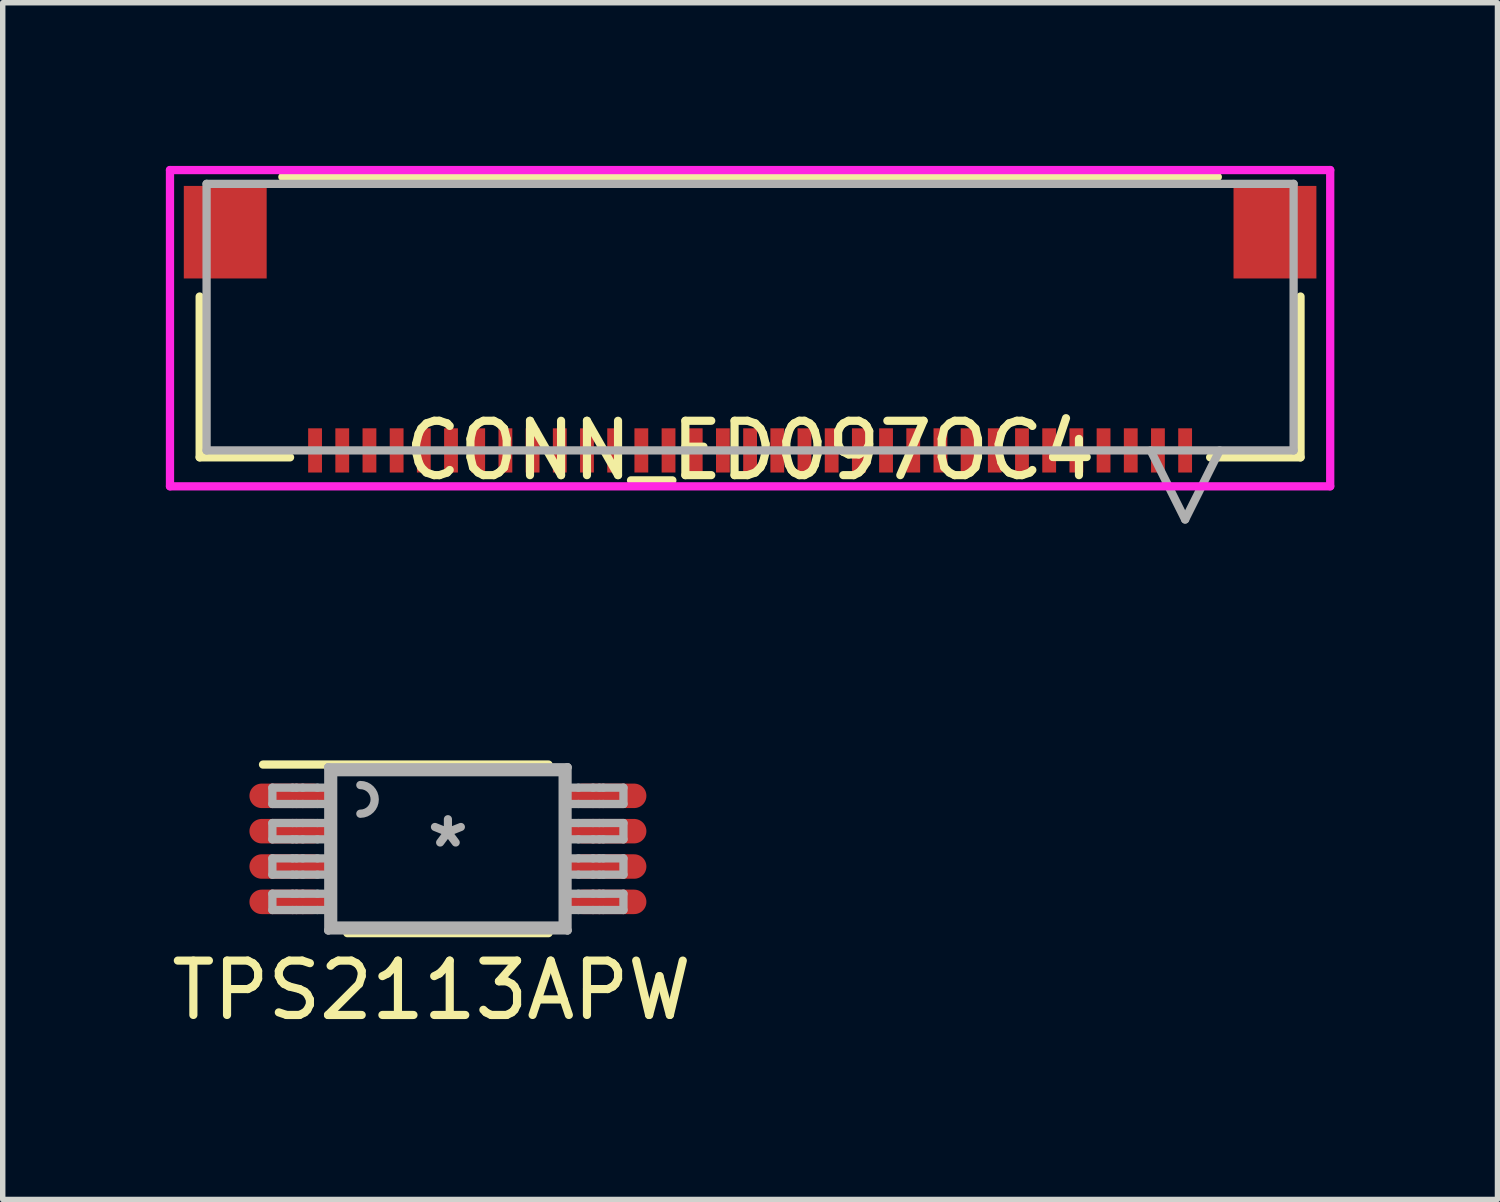
<source format=kicad_pcb>
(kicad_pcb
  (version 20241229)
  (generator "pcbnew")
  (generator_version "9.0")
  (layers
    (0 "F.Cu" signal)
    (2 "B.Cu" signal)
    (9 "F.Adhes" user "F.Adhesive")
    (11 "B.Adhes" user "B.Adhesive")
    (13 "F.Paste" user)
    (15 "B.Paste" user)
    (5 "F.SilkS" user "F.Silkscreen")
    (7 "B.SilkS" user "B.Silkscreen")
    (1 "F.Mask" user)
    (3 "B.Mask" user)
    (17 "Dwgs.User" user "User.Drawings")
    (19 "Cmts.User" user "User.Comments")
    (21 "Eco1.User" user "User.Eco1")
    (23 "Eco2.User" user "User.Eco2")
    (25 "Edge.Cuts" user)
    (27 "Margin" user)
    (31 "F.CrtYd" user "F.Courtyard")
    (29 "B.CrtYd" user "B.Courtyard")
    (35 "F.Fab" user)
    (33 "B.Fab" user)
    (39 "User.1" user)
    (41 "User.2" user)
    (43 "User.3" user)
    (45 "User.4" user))
  (footprint "TPS2113APW"
    (layer "F.Cu")
    (at 5.187 12.56)
    (property "Reference" "TPS2113APW" (at -0.3 2.6 0) (layer "F.SilkS") (effects (font (size 1 1) (thickness 0.15))))
    (attr through_hole)
    (fp_line (start -3.4 -1.55) (end 1.85 -1.55) (stroke (width 0.152) (type solid)) (layer "F.SilkS"))
    (fp_line (start -1.85 1.55) (end 1.85 1.55) (stroke (width 0.152) (type solid)) (layer "F.SilkS"))
    (fp_line (start -3.228 -1.125) (end -2.856 -1.125) (stroke (width 0.152) (type solid)) (layer "F.Fab"))
    (fp_line (start -3.228 -0.825) (end -3.228 -1.125) (stroke (width 0.152) (type solid)) (layer "F.Fab"))
    (fp_line (start -3.228 -0.825) (end -2.856 -0.825) (stroke (width 0.152) (type solid)) (layer "F.Fab"))
    (fp_line (start -3.228 -0.475) (end -2.856 -0.475) (stroke (width 0.152) (type solid)) (layer "F.Fab"))
    (fp_line (start -3.228 -0.175) (end -3.228 -0.475) (stroke (width 0.152) (type solid)) (layer "F.Fab"))
    (fp_line (start -3.228 -0.175) (end -2.856 -0.175) (stroke (width 0.152) (type solid)) (layer "F.Fab"))
    (fp_line (start -3.228 0.175) (end -2.856 0.175) (stroke (width 0.152) (type solid)) (layer "F.Fab"))
    (fp_line (start -3.228 0.475) (end -3.228 0.175) (stroke (width 0.152) (type solid)) (layer "F.Fab"))
    (fp_line (start -3.228 0.475) (end -2.856 0.475) (stroke (width 0.152) (type solid)) (layer "F.Fab"))
    (fp_line (start -3.228 0.825) (end -2.856 0.825) (stroke (width 0.152) (type solid)) (layer "F.Fab"))
    (fp_line (start -3.228 1.125) (end -3.228 0.825) (stroke (width 0.152) (type solid)) (layer "F.Fab"))
    (fp_line (start -3.228 1.125) (end -2.856 1.125) (stroke (width 0.152) (type solid)) (layer "F.Fab"))
    (fp_line (start -2.856 -1.125) (end -2.785 -1.125) (stroke (width 0.152) (type solid)) (layer "F.Fab"))
    (fp_line (start -2.856 -0.825) (end -2.785 -0.825) (stroke (width 0.152) (type solid)) (layer "F.Fab"))
    (fp_line (start -2.856 -0.475) (end -2.785 -0.475) (stroke (width 0.152) (type solid)) (layer "F.Fab"))
    (fp_line (start -2.856 -0.175) (end -2.785 -0.175) (stroke (width 0.152) (type solid)) (layer "F.Fab"))
    (fp_line (start -2.856 0.175) (end -2.785 0.175) (stroke (width 0.152) (type solid)) (layer "F.Fab"))
    (fp_line (start -2.856 0.475) (end -2.785 0.475) (stroke (width 0.152) (type solid)) (layer "F.Fab"))
    (fp_line (start -2.856 0.825) (end -2.785 0.825) (stroke (width 0.152) (type solid)) (layer "F.Fab"))
    (fp_line (start -2.856 1.125) (end -2.785 1.125) (stroke (width 0.152) (type solid)) (layer "F.Fab"))
    (fp_line (start -2.785 -1.125) (end -2.669 -1.125) (stroke (width 0.152) (type solid)) (layer "F.Fab"))
    (fp_line (start -2.785 -0.825) (end -2.669 -0.825) (stroke (width 0.152) (type solid)) (layer "F.Fab"))
    (fp_line (start -2.785 -0.475) (end -2.669 -0.475) (stroke (width 0.152) (type solid)) (layer "F.Fab"))
    (fp_line (start -2.785 -0.175) (end -2.669 -0.175) (stroke (width 0.152) (type solid)) (layer "F.Fab"))
    (fp_line (start -2.785 0.175) (end -2.669 0.175) (stroke (width 0.152) (type solid)) (layer "F.Fab"))
    (fp_line (start -2.785 0.475) (end -2.669 0.475) (stroke (width 0.152) (type solid)) (layer "F.Fab"))
    (fp_line (start -2.785 0.825) (end -2.669 0.825) (stroke (width 0.152) (type solid)) (layer "F.Fab"))
    (fp_line (start -2.785 1.125) (end -2.669 1.125) (stroke (width 0.152) (type solid)) (layer "F.Fab"))
    (fp_line (start -2.669 -1.125) (end -2.4 -1.125) (stroke (width 0.152) (type solid)) (layer "F.Fab"))
    (fp_line (start -2.669 -0.825) (end -2.4 -0.825) (stroke (width 0.152) (type solid)) (layer "F.Fab"))
    (fp_line (start -2.669 -0.475) (end -2.4 -0.475) (stroke (width 0.152) (type solid)) (layer "F.Fab"))
    (fp_line (start -2.669 -0.175) (end -2.4 -0.175) (stroke (width 0.152) (type solid)) (layer "F.Fab"))
    (fp_line (start -2.669 0.175) (end -2.4 0.175) (stroke (width 0.152) (type solid)) (layer "F.Fab"))
    (fp_line (start -2.669 0.475) (end -2.4 0.475) (stroke (width 0.152) (type solid)) (layer "F.Fab"))
    (fp_line (start -2.669 0.825) (end -2.4 0.825) (stroke (width 0.152) (type solid)) (layer "F.Fab"))
    (fp_line (start -2.669 1.125) (end -2.4 1.125) (stroke (width 0.152) (type solid)) (layer "F.Fab"))
    (fp_line (start -2.4 -1.125) (end -2.2 -1.125) (stroke (width 0.152) (type solid)) (layer "F.Fab"))
    (fp_line (start -2.4 -0.825) (end -2.2 -0.825) (stroke (width 0.152) (type solid)) (layer "F.Fab"))
    (fp_line (start -2.4 -0.475) (end -2.2 -0.475) (stroke (width 0.152) (type solid)) (layer "F.Fab"))
    (fp_line (start -2.4 -0.175) (end -2.2 -0.175) (stroke (width 0.152) (type solid)) (layer "F.Fab"))
    (fp_line (start -2.4 0.175) (end -2.2 0.175) (stroke (width 0.152) (type solid)) (layer "F.Fab"))
    (fp_line (start -2.4 0.475) (end -2.2 0.475) (stroke (width 0.152) (type solid)) (layer "F.Fab"))
    (fp_line (start -2.4 0.825) (end -2.2 0.825) (stroke (width 0.152) (type solid)) (layer "F.Fab"))
    (fp_line (start -2.4 1.125) (end -2.2 1.125) (stroke (width 0.152) (type solid)) (layer "F.Fab"))
    (fp_line (start -2.2 -1.5) (end -2.11 -1.41) (stroke (width 0.152) (type solid)) (layer "F.Fab"))
    (fp_line (start -2.2 -1.5) (end 2.2 -1.5) (stroke (width 0.152) (type solid)) (layer "F.Fab"))
    (fp_line (start -2.2 -1.125) (end -2.2 -1.5) (stroke (width 0.152) (type solid)) (layer "F.Fab"))
    (fp_line (start -2.2 -0.825) (end -2.2 -1.125) (stroke (width 0.152) (type solid)) (layer "F.Fab"))
    (fp_line (start -2.2 -0.475) (end -2.2 -0.825) (stroke (width 0.152) (type solid)) (layer "F.Fab"))
    (fp_line (start -2.2 -0.175) (end -2.2 -0.475) (stroke (width 0.152) (type solid)) (layer "F.Fab"))
    (fp_line (start -2.2 0.175) (end -2.2 -0.175) (stroke (width 0.152) (type solid)) (layer "F.Fab"))
    (fp_line (start -2.2 0.475) (end -2.2 0.175) (stroke (width 0.152) (type solid)) (layer "F.Fab"))
    (fp_line (start -2.2 0.825) (end -2.2 0.475) (stroke (width 0.152) (type solid)) (layer "F.Fab"))
    (fp_line (start -2.2 1.125) (end -2.2 0.825) (stroke (width 0.152) (type solid)) (layer "F.Fab"))
    (fp_line (start -2.2 1.5) (end -2.2 1.125) (stroke (width 0.152) (type solid)) (layer "F.Fab"))
    (fp_line (start -2.2 1.5) (end -2.11 1.41) (stroke (width 0.152) (type solid)) (layer "F.Fab"))
    (fp_line (start -2.2 1.5) (end 2.2 1.5) (stroke (width 0.152) (type solid)) (layer "F.Fab"))
    (fp_line (start -2.11 -1.41) (end 2.11 -1.41) (stroke (width 0.152) (type solid)) (layer "F.Fab"))
    (fp_line (start -2.11 1.41) (end -2.11 -1.41) (stroke (width 0.152) (type solid)) (layer "F.Fab"))
    (fp_line (start -2.11 1.41) (end 2.11 1.41) (stroke (width 0.152) (type solid)) (layer "F.Fab"))
    (fp_line (start 2.11 -1.41) (end 2.2 -1.5) (stroke (width 0.152) (type solid)) (layer "F.Fab"))
    (fp_line (start 2.11 1.41) (end 2.11 -1.41) (stroke (width 0.152) (type solid)) (layer "F.Fab"))
    (fp_line (start 2.11 1.41) (end 2.2 1.5) (stroke (width 0.152) (type solid)) (layer "F.Fab"))
    (fp_line (start 2.2 -1.125) (end 2.2 -1.5) (stroke (width 0.152) (type solid)) (layer "F.Fab"))
    (fp_line (start 2.2 -1.125) (end 2.4 -1.125) (stroke (width 0.152) (type solid)) (layer "F.Fab"))
    (fp_line (start 2.2 -0.825) (end 2.2 -1.125) (stroke (width 0.152) (type solid)) (layer "F.Fab"))
    (fp_line (start 2.2 -0.825) (end 2.4 -0.825) (stroke (width 0.152) (type solid)) (layer "F.Fab"))
    (fp_line (start 2.2 -0.475) (end 2.2 -0.825) (stroke (width 0.152) (type solid)) (layer "F.Fab"))
    (fp_line (start 2.2 -0.475) (end 2.4 -0.475) (stroke (width 0.152) (type solid)) (layer "F.Fab"))
    (fp_line (start 2.2 -0.175) (end 2.2 -0.475) (stroke (width 0.152) (type solid)) (layer "F.Fab"))
    (fp_line (start 2.2 -0.175) (end 2.4 -0.175) (stroke (width 0.152) (type solid)) (layer "F.Fab"))
    (fp_line (start 2.2 0.175) (end 2.2 -0.175) (stroke (width 0.152) (type solid)) (layer "F.Fab"))
    (fp_line (start 2.2 0.175) (end 2.4 0.175) (stroke (width 0.152) (type solid)) (layer "F.Fab"))
    (fp_line (start 2.2 0.475) (end 2.2 0.175) (stroke (width 0.152) (type solid)) (layer "F.Fab"))
    (fp_line (start 2.2 0.475) (end 2.4 0.475) (stroke (width 0.152) (type solid)) (layer "F.Fab"))
    (fp_line (start 2.2 0.825) (end 2.2 0.475) (stroke (width 0.152) (type solid)) (layer "F.Fab"))
    (fp_line (start 2.2 0.825) (end 2.4 0.825) (stroke (width 0.152) (type solid)) (layer "F.Fab"))
    (fp_line (start 2.2 1.125) (end 2.2 0.825) (stroke (width 0.152) (type solid)) (layer "F.Fab"))
    (fp_line (start 2.2 1.125) (end 2.4 1.125) (stroke (width 0.152) (type solid)) (layer "F.Fab"))
    (fp_line (start 2.2 1.5) (end 2.2 1.125) (stroke (width 0.152) (type solid)) (layer "F.Fab"))
    (fp_line (start 2.4 -1.125) (end 2.669 -1.125) (stroke (width 0.152) (type solid)) (layer "F.Fab"))
    (fp_line (start 2.4 -0.825) (end 2.669 -0.825) (stroke (width 0.152) (type solid)) (layer "F.Fab"))
    (fp_line (start 2.4 -0.475) (end 2.669 -0.475) (stroke (width 0.152) (type solid)) (layer "F.Fab"))
    (fp_line (start 2.4 -0.175) (end 2.669 -0.175) (stroke (width 0.152) (type solid)) (layer "F.Fab"))
    (fp_line (start 2.4 0.175) (end 2.669 0.175) (stroke (width 0.152) (type solid)) (layer "F.Fab"))
    (fp_line (start 2.4 0.475) (end 2.669 0.475) (stroke (width 0.152) (type solid)) (layer "F.Fab"))
    (fp_line (start 2.4 0.825) (end 2.669 0.825) (stroke (width 0.152) (type solid)) (layer "F.Fab"))
    (fp_line (start 2.4 1.125) (end 2.669 1.125) (stroke (width 0.152) (type solid)) (layer "F.Fab"))
    (fp_line (start 2.669 -1.125) (end 2.785 -1.125) (stroke (width 0.152) (type solid)) (layer "F.Fab"))
    (fp_line (start 2.669 -0.825) (end 2.785 -0.825) (stroke (width 0.152) (type solid)) (layer "F.Fab"))
    (fp_line (start 2.669 -0.475) (end 2.785 -0.475) (stroke (width 0.152) (type solid)) (layer "F.Fab"))
    (fp_line (start 2.669 -0.175) (end 2.785 -0.175) (stroke (width 0.152) (type solid)) (layer "F.Fab"))
    (fp_line (start 2.669 0.175) (end 2.785 0.175) (stroke (width 0.152) (type solid)) (layer "F.Fab"))
    (fp_line (start 2.669 0.475) (end 2.785 0.475) (stroke (width 0.152) (type solid)) (layer "F.Fab"))
    (fp_line (start 2.669 0.825) (end 2.785 0.825) (stroke (width 0.152) (type solid)) (layer "F.Fab"))
    (fp_line (start 2.669 1.125) (end 2.785 1.125) (stroke (width 0.152) (type solid)) (layer "F.Fab"))
    (fp_line (start 2.785 -1.125) (end 2.856 -1.125) (stroke (width 0.152) (type solid)) (layer "F.Fab"))
    (fp_line (start 2.785 -0.825) (end 2.856 -0.825) (stroke (width 0.152) (type solid)) (layer "F.Fab"))
    (fp_line (start 2.785 -0.475) (end 2.856 -0.475) (stroke (width 0.152) (type solid)) (layer "F.Fab"))
    (fp_line (start 2.785 -0.175) (end 2.856 -0.175) (stroke (width 0.152) (type solid)) (layer "F.Fab"))
    (fp_line (start 2.785 0.175) (end 2.856 0.175) (stroke (width 0.152) (type solid)) (layer "F.Fab"))
    (fp_line (start 2.785 0.475) (end 2.856 0.475) (stroke (width 0.152) (type solid)) (layer "F.Fab"))
    (fp_line (start 2.785 0.825) (end 2.856 0.825) (stroke (width 0.152) (type solid)) (layer "F.Fab"))
    (fp_line (start 2.785 1.125) (end 2.856 1.125) (stroke (width 0.152) (type solid)) (layer "F.Fab"))
    (fp_line (start 2.856 -1.125) (end 3.228 -1.125) (stroke (width 0.152) (type solid)) (layer "F.Fab"))
    (fp_line (start 2.856 -0.825) (end 3.228 -0.825) (stroke (width 0.152) (type solid)) (layer "F.Fab"))
    (fp_line (start 2.856 -0.475) (end 3.228 -0.475) (stroke (width 0.152) (type solid)) (layer "F.Fab"))
    (fp_line (start 2.856 -0.175) (end 3.228 -0.175) (stroke (width 0.152) (type solid)) (layer "F.Fab"))
    (fp_line (start 2.856 0.175) (end 3.228 0.175) (stroke (width 0.152) (type solid)) (layer "F.Fab"))
    (fp_line (start 2.856 0.475) (end 3.228 0.475) (stroke (width 0.152) (type solid)) (layer "F.Fab"))
    (fp_line (start 2.856 0.825) (end 3.228 0.825) (stroke (width 0.152) (type solid)) (layer "F.Fab"))
    (fp_line (start 2.856 1.125) (end 3.228 1.125) (stroke (width 0.152) (type solid)) (layer "F.Fab"))
    (fp_line (start 3.228 -0.825) (end 3.228 -1.125) (stroke (width 0.152) (type solid)) (layer "F.Fab"))
    (fp_line (start 3.228 -0.175) (end 3.228 -0.475) (stroke (width 0.152) (type solid)) (layer "F.Fab"))
    (fp_line (start 3.228 0.475) (end 3.228 0.175) (stroke (width 0.152) (type solid)) (layer "F.Fab"))
    (fp_line (start 3.228 1.125) (end 3.228 0.825) (stroke (width 0.152) (type solid)) (layer "F.Fab"))
    (fp_arc (start -1.609654 -1.173203) (mid -1.346116 -0.909665) (end -1.609654 -0.646127) (stroke (width 0.1524) (type solid)) (layer "F.Fab"))
    (fp_text user "*" (at 0 0 0) (layer "F.Fab") (effects (font (size 1 1) (thickness 0.15))))
    (pad "1" smd oval (at -2.95 -0.975 90) (size 0.45 1.4) (layers "F.Cu" "F.Mask" "F.Paste"))
    (pad "2" smd oval (at -2.95 -0.325 90) (size 0.45 1.4) (layers "F.Cu" "F.Mask" "F.Paste"))
    (pad "3" smd oval (at -2.95 0.325 90) (size 0.45 1.4) (layers "F.Cu" "F.Mask" "F.Paste"))
    (pad "4" smd oval (at -2.95 0.975 90) (size 0.45 1.4) (layers "F.Cu" "F.Mask" "F.Paste"))
    (pad "5" smd oval (at 2.95 0.975 90) (size 0.45 1.4) (layers "F.Cu" "F.Mask" "F.Paste"))
    (pad "6" smd oval (at 2.95 0.325 90) (size 0.45 1.4) (layers "F.Cu" "F.Mask" "F.Paste"))
    (pad "7" smd oval (at 2.95 -0.325 90) (size 0.45 1.4) (layers "F.Cu" "F.Mask" "F.Paste"))
    (pad "8" smd oval (at 2.95 -0.975 90) (size 0.45 1.4) (layers "F.Cu" "F.Mask" "F.Paste")))
  (footprint "CONN_ED097OC4"
    (layer "F.Cu")
    (at 10.744 7.684)
    (property "Reference" "CONN_ED097OC4" (at 0 -2.451 0) (layer "F.SilkS") (effects (font (size 1 1) (thickness 0.15))))
    (attr smd)
    (fp_line (start -10.122 -5.281) (end -10.122 -2.324) (stroke (width 0.152) (type solid)) (layer "F.SilkS"))
    (fp_line (start -10.122 -2.324) (end -8.46 -2.324) (stroke (width 0.152) (type solid)) (layer "F.SilkS"))
    (fp_line (start 8.46 -2.324) (end 10.122 -2.324) (stroke (width 0.152) (type solid)) (layer "F.SilkS"))
    (fp_line (start 8.601 -7.48) (end -8.601 -7.48) (stroke (width 0.152) (type solid)) (layer "F.SilkS"))
    (fp_line (start 10.122 -2.324) (end 10.122 -5.281) (stroke (width 0.152) (type solid)) (layer "F.SilkS"))
    (fp_line (start -10.668 -7.607) (end -10.668 -1.791) (stroke (width 0.152) (type solid)) (layer "F.CrtYd"))
    (fp_line (start -10.668 -1.791) (end 10.668 -1.791) (stroke (width 0.152) (type solid)) (layer "F.CrtYd"))
    (fp_line (start 10.668 -7.607) (end -10.668 -7.607) (stroke (width 0.152) (type solid)) (layer "F.CrtYd"))
    (fp_line (start 10.668 -1.791) (end 10.668 -7.607) (stroke (width 0.152) (type solid)) (layer "F.CrtYd"))
    (fp_line (start -9.995 -7.353) (end -9.995 -2.451) (stroke (width 0.152) (type solid)) (layer "F.Fab"))
    (fp_line (start -9.995 -2.451) (end 9.995 -2.451) (stroke (width 0.152) (type solid)) (layer "F.Fab"))
    (fp_line (start 7.365 -2.451) (end 8 -1.181) (stroke (width 0.152) (type solid)) (layer "F.Fab"))
    (fp_line (start 8.635 -2.451) (end 8 -1.181) (stroke (width 0.152) (type solid)) (layer "F.Fab"))
    (fp_line (start 9.995 -7.353) (end -9.995 -7.353) (stroke (width 0.152) (type solid)) (layer "F.Fab"))
    (fp_line (start 9.995 -2.451) (end 9.995 -7.353) (stroke (width 0.152) (type solid)) (layer "F.Fab"))
    (pad "1" smd rect (at 8 -2.451 90) (size 0.813 0.254) (layers "F.Cu" "F.Mask" "F.Paste"))
    (pad "2" smd rect (at 7.5 -2.451 90) (size 0.813 0.254) (layers "F.Cu" "F.Mask" "F.Paste"))
    (pad "3" smd rect (at 7 -2.451 90) (size 0.813 0.254) (layers "F.Cu" "F.Mask" "F.Paste"))
    (pad "4" smd rect (at 6.5 -2.451 90) (size 0.813 0.254) (layers "F.Cu" "F.Mask" "F.Paste"))
    (pad "5" smd rect (at 6 -2.451 90) (size 0.813 0.254) (layers "F.Cu" "F.Mask" "F.Paste"))
    (pad "6" smd rect (at 5.5 -2.451 90) (size 0.813 0.254) (layers "F.Cu" "F.Mask" "F.Paste"))
    (pad "7" smd rect (at 5 -2.451 90) (size 0.813 0.254) (layers "F.Cu" "F.Mask" "F.Paste"))
    (pad "8" smd rect (at 4.5 -2.451 90) (size 0.813 0.254) (layers "F.Cu" "F.Mask" "F.Paste"))
    (pad "9" smd rect (at 4 -2.451 90) (size 0.813 0.254) (layers "F.Cu" "F.Mask" "F.Paste"))
    (pad "10" smd rect (at 3.5 -2.451 90) (size 0.813 0.254) (layers "F.Cu" "F.Mask" "F.Paste"))
    (pad "11" smd rect (at 3 -2.451 90) (size 0.813 0.254) (layers "F.Cu" "F.Mask" "F.Paste"))
    (pad "12" smd rect (at 2.5 -2.451 90) (size 0.813 0.254) (layers "F.Cu" "F.Mask" "F.Paste"))
    (pad "13" smd rect (at 2 -2.451 90) (size 0.813 0.254) (layers "F.Cu" "F.Mask" "F.Paste"))
    (pad "14" smd rect (at 1.5 -2.451 90) (size 0.813 0.254) (layers "F.Cu" "F.Mask" "F.Paste"))
    (pad "15" smd rect (at 1 -2.451 90) (size 0.813 0.254) (layers "F.Cu" "F.Mask" "F.Paste"))
    (pad "16" smd rect (at 0.5 -2.451 90) (size 0.813 0.254) (layers "F.Cu" "F.Mask" "F.Paste"))
    (pad "17" smd rect (at 0 -2.451 90) (size 0.813 0.254) (layers "F.Cu" "F.Mask" "F.Paste"))
    (pad "18" smd rect (at -0.5 -2.451 90) (size 0.813 0.254) (layers "F.Cu" "F.Mask" "F.Paste"))
    (pad "19" smd rect (at -1 -2.451 90) (size 0.813 0.254) (layers "F.Cu" "F.Mask" "F.Paste"))
    (pad "20" smd rect (at -1.5 -2.451 90) (size 0.813 0.254) (layers "F.Cu" "F.Mask" "F.Paste"))
    (pad "21" smd rect (at -2 -2.451 90) (size 0.813 0.254) (layers "F.Cu" "F.Mask" "F.Paste"))
    (pad "22" smd rect (at -2.5 -2.451 90) (size 0.813 0.254) (layers "F.Cu" "F.Mask" "F.Paste"))
    (pad "23" smd rect (at -3 -2.451 90) (size 0.813 0.254) (layers "F.Cu" "F.Mask" "F.Paste"))
    (pad "24" smd rect (at -3.5 -2.451 90) (size 0.813 0.254) (layers "F.Cu" "F.Mask" "F.Paste"))
    (pad "25" smd rect (at -4 -2.451 90) (size 0.813 0.254) (layers "F.Cu" "F.Mask" "F.Paste"))
    (pad "26" smd rect (at -4.5 -2.451 90) (size 0.813 0.254) (layers "F.Cu" "F.Mask" "F.Paste"))
    (pad "27" smd rect (at -5 -2.451 90) (size 0.813 0.254) (layers "F.Cu" "F.Mask" "F.Paste"))
    (pad "28" smd rect (at -5.5 -2.451 90) (size 0.813 0.254) (layers "F.Cu" "F.Mask" "F.Paste"))
    (pad "29" smd rect (at -6 -2.451 90) (size 0.813 0.254) (layers "F.Cu" "F.Mask" "F.Paste"))
    (pad "30" smd rect (at -6.5 -2.451 90) (size 0.813 0.254) (layers "F.Cu" "F.Mask" "F.Paste"))
    (pad "31" smd rect (at -7 -2.451 90) (size 0.813 0.254) (layers "F.Cu" "F.Mask" "F.Paste"))
    (pad "32" smd rect (at -7.5 -2.451 90) (size 0.813 0.254) (layers "F.Cu" "F.Mask" "F.Paste"))
    (pad "33" smd rect (at -8 -2.451 90) (size 0.813 0.254) (layers "F.Cu" "F.Mask" "F.Paste"))
    (pad "34" smd rect (at -9.652 -6.464) (size 1.524 1.702) (layers "F.Cu" "F.Mask" "F.Paste"))
    (pad "35" smd rect (at 9.652 -6.464) (size 1.524 1.702) (layers "F.Cu" "F.Mask" "F.Paste")))
  (gr_rect
    (start -3 -3)
    (end 24.488 19.008)
    (stroke (width 0.1) (type default))
    (fill no)
    (layer "Edge.Cuts")))
</source>
